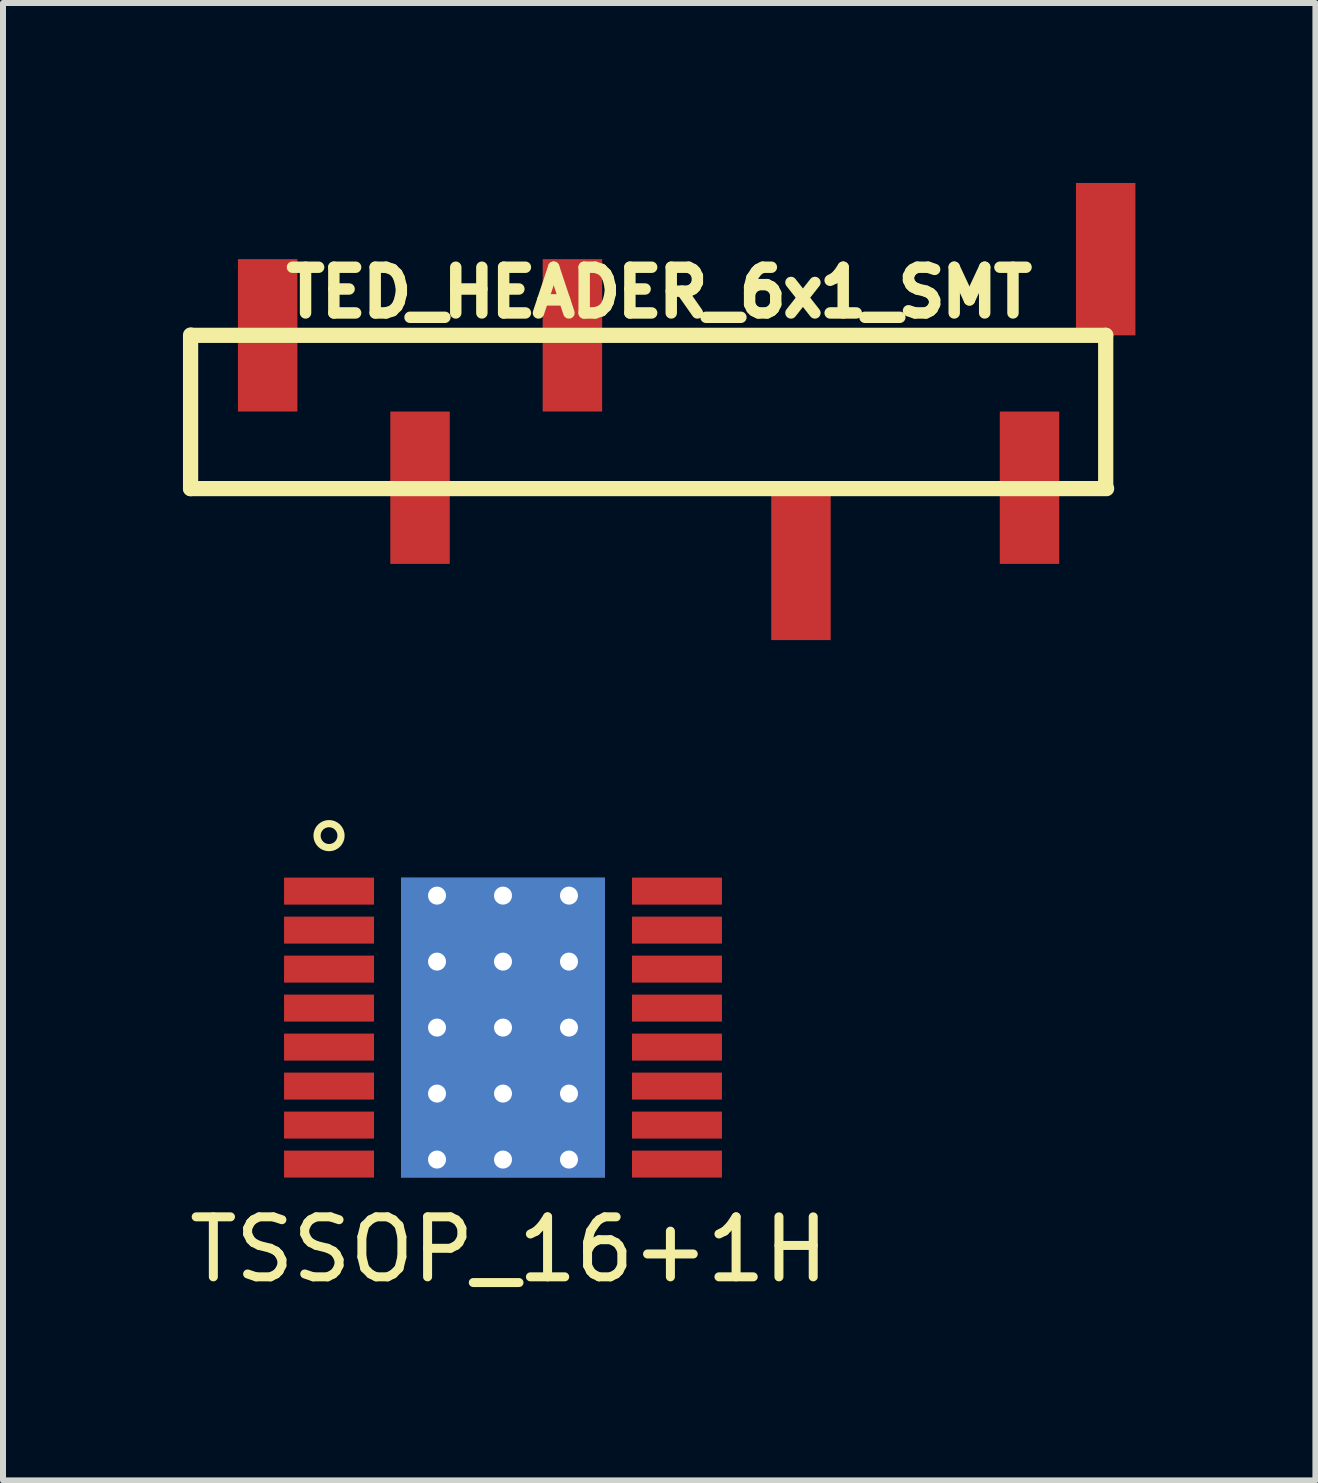
<source format=kicad_pcb>
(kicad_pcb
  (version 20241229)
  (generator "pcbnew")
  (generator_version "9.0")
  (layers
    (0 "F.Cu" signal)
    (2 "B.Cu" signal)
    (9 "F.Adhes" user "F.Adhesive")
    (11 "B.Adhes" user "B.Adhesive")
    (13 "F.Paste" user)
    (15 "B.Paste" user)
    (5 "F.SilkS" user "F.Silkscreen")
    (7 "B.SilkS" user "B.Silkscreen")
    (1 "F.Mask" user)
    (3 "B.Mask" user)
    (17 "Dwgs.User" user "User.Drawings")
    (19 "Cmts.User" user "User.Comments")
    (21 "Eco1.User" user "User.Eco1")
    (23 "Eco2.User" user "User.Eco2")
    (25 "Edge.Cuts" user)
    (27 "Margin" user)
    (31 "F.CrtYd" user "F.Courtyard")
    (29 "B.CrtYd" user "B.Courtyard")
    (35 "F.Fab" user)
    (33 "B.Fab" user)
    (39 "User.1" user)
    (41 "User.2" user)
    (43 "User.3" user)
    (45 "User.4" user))
  (footprint "TSSOP_16+1H"
    (layer "F.Cu")
    (at 5.335 14.08)
    (property "Reference" "TSSOP_16+1H" (at 0.1 3.7 0) (layer "F.SilkS") (effects (font (size 1 1) (thickness 0.15))))
    (attr through_hole)
    (fp_circle (center -2.9 -3.2) (end -2.9 -3) (stroke (width 0.12) (type solid)) (fill no) (layer "F.SilkS"))
    (pad "1" smd rect (at -2.9 -2.275) (size 1.5 0.45) (layers "F.Cu" "F.Mask" "F.Paste"))
    (pad "2" smd rect (at -2.9 -1.625) (size 1.5 0.45) (layers "F.Cu" "F.Mask" "F.Paste"))
    (pad "3" smd rect (at -2.9 -0.975) (size 1.5 0.45) (layers "F.Cu" "F.Mask" "F.Paste"))
    (pad "4" smd rect (at -2.9 -0.325) (size 1.5 0.45) (layers "F.Cu" "F.Mask" "F.Paste"))
    (pad "5" smd rect (at -2.9 0.325) (size 1.5 0.45) (layers "F.Cu" "F.Mask" "F.Paste"))
    (pad "6" smd rect (at -2.9 0.975) (size 1.5 0.45) (layers "F.Cu" "F.Mask" "F.Paste"))
    (pad "7" smd rect (at -2.9 1.625) (size 1.5 0.45) (layers "F.Cu" "F.Mask" "F.Paste"))
    (pad "8" smd rect (at -2.9 2.275) (size 1.5 0.45) (layers "F.Cu" "F.Mask" "F.Paste"))
    (pad "9" smd rect (at 2.9 2.275) (size 1.5 0.45) (layers "F.Cu" "F.Mask" "F.Paste"))
    (pad "10" smd rect (at 2.9 1.625) (size 1.5 0.45) (layers "F.Cu" "F.Mask" "F.Paste"))
    (pad "11" smd rect (at 2.9 0.975) (size 1.5 0.45) (layers "F.Cu" "F.Mask" "F.Paste"))
    (pad "12" smd rect (at 2.9 0.325) (size 1.5 0.45) (layers "F.Cu" "F.Mask" "F.Paste"))
    (pad "13" smd rect (at 2.9 -0.325) (size 1.5 0.45) (layers "F.Cu" "F.Mask" "F.Paste"))
    (pad "14" smd rect (at 2.9 -0.975) (size 1.5 0.45) (layers "F.Cu" "F.Mask" "F.Paste"))
    (pad "15" smd rect (at 2.9 -1.625) (size 1.5 0.45) (layers "F.Cu" "F.Mask" "F.Paste"))
    (pad "16" smd rect (at 2.9 -2.275) (size 1.5 0.45) (layers "F.Cu" "F.Mask" "F.Paste"))
    (pad "17" thru_hole circle (at -1.1 -2.2) (size 0.3 0.3) (drill 0.3) (layers "*.Cu" "*.Mask"))
    (pad "17" thru_hole circle (at -1.1 -1.1) (size 0.3 0.3) (drill 0.3) (layers "*.Cu" "*.Mask"))
    (pad "17" thru_hole circle (at -1.1 0) (size 0.3 0.3) (drill 0.3) (layers "*.Cu" "*.Mask"))
    (pad "17" thru_hole circle (at -1.1 1.1) (size 0.3 0.3) (drill 0.3) (layers "*.Cu" "*.Mask"))
    (pad "17" thru_hole circle (at -1.1 2.2) (size 0.3 0.3) (drill 0.3) (layers "*.Cu" "*.Mask"))
    (pad "17" thru_hole circle (at 0 -2.2) (size 0.3 0.3) (drill 0.3) (layers "*.Cu" "*.Mask"))
    (pad "17" thru_hole circle (at 0 -1.1) (size 0.3 0.3) (drill 0.3) (layers "*.Cu" "*.Mask"))
    (pad "17" thru_hole circle (at 0 0) (size 0.3 0.3) (drill 0.3) (layers "*.Cu" "*.Mask"))
    (pad "17" smd rect (at 0 0) (size 3 3) (layers "F.Cu" "F.Mask" "F.Paste"))
    (pad "17" smd rect (at 0 0) (size 3 3) (layers "B.Cu" "B.Mask" "B.Paste"))
    (pad "17" smd rect (at 0 0) (size 3.4 5) (layers "F.Cu"))
    (pad "17" smd rect (at 0 0) (size 3.4 5) (layers "B.Cu" "B.Mask" "B.Paste"))
    (pad "17" thru_hole circle (at 0 1.1) (size 0.3 0.3) (drill 0.3) (layers "*.Cu" "*.Mask"))
    (pad "17" thru_hole circle (at 0 2.2) (size 0.3 0.3) (drill 0.3) (layers "*.Cu" "*.Mask"))
    (pad "17" thru_hole circle (at 1.1 -2.2) (size 0.3 0.3) (drill 0.3) (layers "*.Cu" "*.Mask"))
    (pad "17" thru_hole circle (at 1.1 -1.1) (size 0.3 0.3) (drill 0.3) (layers "*.Cu" "*.Mask"))
    (pad "17" thru_hole circle (at 1.1 0) (size 0.3 0.3) (drill 0.3) (layers "*.Cu" "*.Mask"))
    (pad "17" thru_hole circle (at 1.1 1.1) (size 0.3 0.3) (drill 0.3) (layers "*.Cu" "*.Mask"))
    (pad "17" thru_hole circle (at 1.1 2.2) (size 0.3 0.3) (drill 0.3) (layers "*.Cu" "*.Mask")))
  (footprint "TED_HEADER_6x1_SMT"
    (layer "F.Cu")
    (at 7.762 3.81)
    (property "Reference" "TED_HEADER_6x1_SMT" (at 0.178 -1.986 0) (layer "F.SilkS") (effects (font (size 0.762 0.762) (thickness 0.191))))
    (attr through_hole)
    (fp_line (start -7.635 1.285) (end -7.635 -1.275) (stroke (width 0.254) (type solid)) (layer "F.SilkS"))
    (fp_line (start 7.62 -1.27) (end -7.62 -1.27) (stroke (width 0.254) (type solid)) (layer "F.SilkS"))
    (fp_line (start 7.62 -1.27) (end 7.62 1.27) (stroke (width 0.254) (type solid)) (layer "F.SilkS"))
    (fp_line (start 7.635 1.285) (end -7.635 1.285) (stroke (width 0.254) (type solid)) (layer "F.SilkS"))
    (pad "1" smd rect (at -6.35 -1.27) (size 0.991 2.54) (layers "F.Cu" "F.Mask" "F.Paste"))
    (pad "2" smd rect (at -3.81 1.27) (size 0.991 2.54) (layers "F.Cu" "F.Mask" "F.Paste"))
    (pad "3" smd rect (at -1.27 -1.27) (size 0.991 2.54) (layers "F.Cu" "F.Mask" "F.Paste"))
    (pad "4" smd rect (at 2.54 2.54) (size 0.991 2.54) (layers "F.Cu" "F.Mask" "F.Paste"))
    (pad "5" smd rect (at 7.62 -2.54) (size 0.991 2.54) (layers "F.Cu" "F.Mask" "F.Paste"))
    (pad "6" smd rect (at 6.35 1.27) (size 0.991 2.54) (layers "F.Cu" "F.Mask" "F.Paste")))
  (gr_rect
    (start -3 -3)
    (end 18.878 21.628)
    (stroke (width 0.1) (type default))
    (fill no)
    (layer "Edge.Cuts")))
</source>
